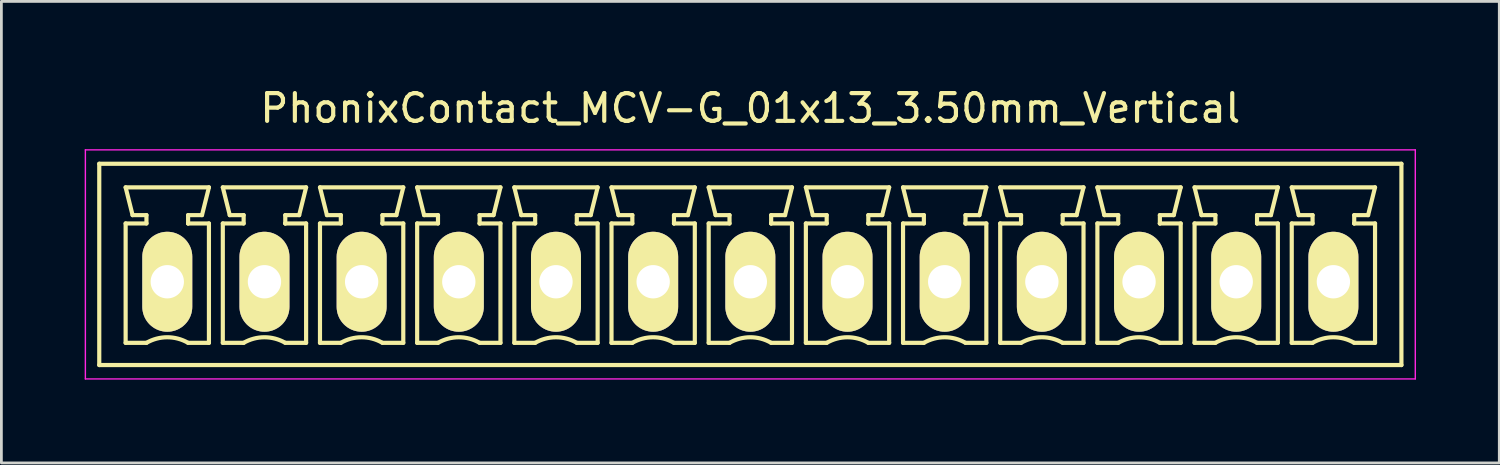
<source format=kicad_pcb>
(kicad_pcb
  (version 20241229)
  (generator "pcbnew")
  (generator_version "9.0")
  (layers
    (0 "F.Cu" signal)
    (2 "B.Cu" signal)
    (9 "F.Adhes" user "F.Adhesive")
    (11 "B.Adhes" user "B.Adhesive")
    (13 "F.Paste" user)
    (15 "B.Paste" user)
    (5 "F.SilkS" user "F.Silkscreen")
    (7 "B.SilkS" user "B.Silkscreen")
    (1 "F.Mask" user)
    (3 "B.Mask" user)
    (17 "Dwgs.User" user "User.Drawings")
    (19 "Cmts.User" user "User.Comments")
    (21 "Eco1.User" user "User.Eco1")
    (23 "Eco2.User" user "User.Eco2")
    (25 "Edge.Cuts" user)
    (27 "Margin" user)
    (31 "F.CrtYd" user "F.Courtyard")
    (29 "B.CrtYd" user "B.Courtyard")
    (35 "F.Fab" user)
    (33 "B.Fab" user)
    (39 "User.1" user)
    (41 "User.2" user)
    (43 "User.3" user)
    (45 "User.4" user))
  (footprint "PhonixContact_MCV-G_01x13_3.50mm_Vertical"
    (layer "F.Cu")
    (at 2.975 7.098)
    (property "Reference" "PhonixContact_MCV-G_01x13_3.50mm_Vertical" (at 21 -6.25 0) (layer "F.SilkS") (effects (font (size 1 1) (thickness 0.15))))
    (attr through_hole)
    (fp_line (start -2.45 -4.25) (end -2.45 3) (stroke (width 0.15) (type solid)) (layer "F.SilkS"))
    (fp_line (start -2.45 3) (end 44.45 3) (stroke (width 0.15) (type solid)) (layer "F.SilkS"))
    (fp_line (start -1.5 -3.4) (end 1.5 -3.4) (stroke (width 0.15) (type solid)) (layer "F.SilkS"))
    (fp_line (start -1.5 -2.1) (end -0.75 -2.1) (stroke (width 0.15) (type solid)) (layer "F.SilkS"))
    (fp_line (start -1.5 2.2) (end -1.5 -2.1) (stroke (width 0.15) (type solid)) (layer "F.SilkS"))
    (fp_line (start -1.25 -2.4) (end -1.5 -3.4) (stroke (width 0.15) (type solid)) (layer "F.SilkS"))
    (fp_line (start -0.75 -2.4) (end -1.25 -2.4) (stroke (width 0.15) (type solid)) (layer "F.SilkS"))
    (fp_line (start -0.75 -2.1) (end -0.75 -2.4) (stroke (width 0.15) (type solid)) (layer "F.SilkS"))
    (fp_line (start -0.75 2.2) (end -1.5 2.2) (stroke (width 0.15) (type solid)) (layer "F.SilkS"))
    (fp_line (start 0.75 -2.4) (end 0.75 -2.1) (stroke (width 0.15) (type solid)) (layer "F.SilkS"))
    (fp_line (start 0.75 -2.1) (end 0.75 -2.1) (stroke (width 0.15) (type solid)) (layer "F.SilkS"))
    (fp_line (start 0.75 -2.1) (end 1.5 -2.1) (stroke (width 0.15) (type solid)) (layer "F.SilkS"))
    (fp_line (start 1.25 -2.4) (end 0.75 -2.4) (stroke (width 0.15) (type solid)) (layer "F.SilkS"))
    (fp_line (start 1.5 -3.4) (end 1.25 -2.4) (stroke (width 0.15) (type solid)) (layer "F.SilkS"))
    (fp_line (start 1.5 -2.1) (end 1.5 2.2) (stroke (width 0.15) (type solid)) (layer "F.SilkS"))
    (fp_line (start 1.5 2.2) (end 0.75 2.2) (stroke (width 0.15) (type solid)) (layer "F.SilkS"))
    (fp_line (start 2 -3.4) (end 5 -3.4) (stroke (width 0.15) (type solid)) (layer "F.SilkS"))
    (fp_line (start 2 -2.1) (end 2.75 -2.1) (stroke (width 0.15) (type solid)) (layer "F.SilkS"))
    (fp_line (start 2 2.2) (end 2 -2.1) (stroke (width 0.15) (type solid)) (layer "F.SilkS"))
    (fp_line (start 2.25 -2.4) (end 2 -3.4) (stroke (width 0.15) (type solid)) (layer "F.SilkS"))
    (fp_line (start 2.75 -2.4) (end 2.25 -2.4) (stroke (width 0.15) (type solid)) (layer "F.SilkS"))
    (fp_line (start 2.75 -2.1) (end 2.75 -2.4) (stroke (width 0.15) (type solid)) (layer "F.SilkS"))
    (fp_line (start 2.75 2.2) (end 2 2.2) (stroke (width 0.15) (type solid)) (layer "F.SilkS"))
    (fp_line (start 4.25 -2.4) (end 4.25 -2.1) (stroke (width 0.15) (type solid)) (layer "F.SilkS"))
    (fp_line (start 4.25 -2.1) (end 4.25 -2.1) (stroke (width 0.15) (type solid)) (layer "F.SilkS"))
    (fp_line (start 4.25 -2.1) (end 5 -2.1) (stroke (width 0.15) (type solid)) (layer "F.SilkS"))
    (fp_line (start 4.75 -2.4) (end 4.25 -2.4) (stroke (width 0.15) (type solid)) (layer "F.SilkS"))
    (fp_line (start 5 -3.4) (end 4.75 -2.4) (stroke (width 0.15) (type solid)) (layer "F.SilkS"))
    (fp_line (start 5 -2.1) (end 5 2.2) (stroke (width 0.15) (type solid)) (layer "F.SilkS"))
    (fp_line (start 5 2.2) (end 4.25 2.2) (stroke (width 0.15) (type solid)) (layer "F.SilkS"))
    (fp_line (start 5.5 -3.4) (end 8.5 -3.4) (stroke (width 0.15) (type solid)) (layer "F.SilkS"))
    (fp_line (start 5.5 -2.1) (end 6.25 -2.1) (stroke (width 0.15) (type solid)) (layer "F.SilkS"))
    (fp_line (start 5.5 2.2) (end 5.5 -2.1) (stroke (width 0.15) (type solid)) (layer "F.SilkS"))
    (fp_line (start 5.75 -2.4) (end 5.5 -3.4) (stroke (width 0.15) (type solid)) (layer "F.SilkS"))
    (fp_line (start 6.25 -2.4) (end 5.75 -2.4) (stroke (width 0.15) (type solid)) (layer "F.SilkS"))
    (fp_line (start 6.25 -2.1) (end 6.25 -2.4) (stroke (width 0.15) (type solid)) (layer "F.SilkS"))
    (fp_line (start 6.25 2.2) (end 5.5 2.2) (stroke (width 0.15) (type solid)) (layer "F.SilkS"))
    (fp_line (start 7.75 -2.4) (end 7.75 -2.1) (stroke (width 0.15) (type solid)) (layer "F.SilkS"))
    (fp_line (start 7.75 -2.1) (end 7.75 -2.1) (stroke (width 0.15) (type solid)) (layer "F.SilkS"))
    (fp_line (start 7.75 -2.1) (end 8.5 -2.1) (stroke (width 0.15) (type solid)) (layer "F.SilkS"))
    (fp_line (start 8.25 -2.4) (end 7.75 -2.4) (stroke (width 0.15) (type solid)) (layer "F.SilkS"))
    (fp_line (start 8.5 -3.4) (end 8.25 -2.4) (stroke (width 0.15) (type solid)) (layer "F.SilkS"))
    (fp_line (start 8.5 -2.1) (end 8.5 2.2) (stroke (width 0.15) (type solid)) (layer "F.SilkS"))
    (fp_line (start 8.5 2.2) (end 7.75 2.2) (stroke (width 0.15) (type solid)) (layer "F.SilkS"))
    (fp_line (start 9 -3.4) (end 12 -3.4) (stroke (width 0.15) (type solid)) (layer "F.SilkS"))
    (fp_line (start 9 -2.1) (end 9.75 -2.1) (stroke (width 0.15) (type solid)) (layer "F.SilkS"))
    (fp_line (start 9 2.2) (end 9 -2.1) (stroke (width 0.15) (type solid)) (layer "F.SilkS"))
    (fp_line (start 9.25 -2.4) (end 9 -3.4) (stroke (width 0.15) (type solid)) (layer "F.SilkS"))
    (fp_line (start 9.75 -2.4) (end 9.25 -2.4) (stroke (width 0.15) (type solid)) (layer "F.SilkS"))
    (fp_line (start 9.75 -2.1) (end 9.75 -2.4) (stroke (width 0.15) (type solid)) (layer "F.SilkS"))
    (fp_line (start 9.75 2.2) (end 9 2.2) (stroke (width 0.15) (type solid)) (layer "F.SilkS"))
    (fp_line (start 11.25 -2.4) (end 11.25 -2.1) (stroke (width 0.15) (type solid)) (layer "F.SilkS"))
    (fp_line (start 11.25 -2.1) (end 11.25 -2.1) (stroke (width 0.15) (type solid)) (layer "F.SilkS"))
    (fp_line (start 11.25 -2.1) (end 12 -2.1) (stroke (width 0.15) (type solid)) (layer "F.SilkS"))
    (fp_line (start 11.75 -2.4) (end 11.25 -2.4) (stroke (width 0.15) (type solid)) (layer "F.SilkS"))
    (fp_line (start 12 -3.4) (end 11.75 -2.4) (stroke (width 0.15) (type solid)) (layer "F.SilkS"))
    (fp_line (start 12 -2.1) (end 12 2.2) (stroke (width 0.15) (type solid)) (layer "F.SilkS"))
    (fp_line (start 12 2.2) (end 11.25 2.2) (stroke (width 0.15) (type solid)) (layer "F.SilkS"))
    (fp_line (start 12.5 -3.4) (end 15.5 -3.4) (stroke (width 0.15) (type solid)) (layer "F.SilkS"))
    (fp_line (start 12.5 -2.1) (end 13.25 -2.1) (stroke (width 0.15) (type solid)) (layer "F.SilkS"))
    (fp_line (start 12.5 2.2) (end 12.5 -2.1) (stroke (width 0.15) (type solid)) (layer "F.SilkS"))
    (fp_line (start 12.75 -2.4) (end 12.5 -3.4) (stroke (width 0.15) (type solid)) (layer "F.SilkS"))
    (fp_line (start 13.25 -2.4) (end 12.75 -2.4) (stroke (width 0.15) (type solid)) (layer "F.SilkS"))
    (fp_line (start 13.25 -2.1) (end 13.25 -2.4) (stroke (width 0.15) (type solid)) (layer "F.SilkS"))
    (fp_line (start 13.25 2.2) (end 12.5 2.2) (stroke (width 0.15) (type solid)) (layer "F.SilkS"))
    (fp_line (start 14.75 -2.4) (end 14.75 -2.1) (stroke (width 0.15) (type solid)) (layer "F.SilkS"))
    (fp_line (start 14.75 -2.1) (end 14.75 -2.1) (stroke (width 0.15) (type solid)) (layer "F.SilkS"))
    (fp_line (start 14.75 -2.1) (end 15.5 -2.1) (stroke (width 0.15) (type solid)) (layer "F.SilkS"))
    (fp_line (start 15.25 -2.4) (end 14.75 -2.4) (stroke (width 0.15) (type solid)) (layer "F.SilkS"))
    (fp_line (start 15.5 -3.4) (end 15.25 -2.4) (stroke (width 0.15) (type solid)) (layer "F.SilkS"))
    (fp_line (start 15.5 -2.1) (end 15.5 2.2) (stroke (width 0.15) (type solid)) (layer "F.SilkS"))
    (fp_line (start 15.5 2.2) (end 14.75 2.2) (stroke (width 0.15) (type solid)) (layer "F.SilkS"))
    (fp_line (start 16 -3.4) (end 19 -3.4) (stroke (width 0.15) (type solid)) (layer "F.SilkS"))
    (fp_line (start 16 -2.1) (end 16.75 -2.1) (stroke (width 0.15) (type solid)) (layer "F.SilkS"))
    (fp_line (start 16 2.2) (end 16 -2.1) (stroke (width 0.15) (type solid)) (layer "F.SilkS"))
    (fp_line (start 16.25 -2.4) (end 16 -3.4) (stroke (width 0.15) (type solid)) (layer "F.SilkS"))
    (fp_line (start 16.75 -2.4) (end 16.25 -2.4) (stroke (width 0.15) (type solid)) (layer "F.SilkS"))
    (fp_line (start 16.75 -2.1) (end 16.75 -2.4) (stroke (width 0.15) (type solid)) (layer "F.SilkS"))
    (fp_line (start 16.75 2.2) (end 16 2.2) (stroke (width 0.15) (type solid)) (layer "F.SilkS"))
    (fp_line (start 18.25 -2.4) (end 18.25 -2.1) (stroke (width 0.15) (type solid)) (layer "F.SilkS"))
    (fp_line (start 18.25 -2.1) (end 18.25 -2.1) (stroke (width 0.15) (type solid)) (layer "F.SilkS"))
    (fp_line (start 18.25 -2.1) (end 19 -2.1) (stroke (width 0.15) (type solid)) (layer "F.SilkS"))
    (fp_line (start 18.75 -2.4) (end 18.25 -2.4) (stroke (width 0.15) (type solid)) (layer "F.SilkS"))
    (fp_line (start 19 -3.4) (end 18.75 -2.4) (stroke (width 0.15) (type solid)) (layer "F.SilkS"))
    (fp_line (start 19 -2.1) (end 19 2.2) (stroke (width 0.15) (type solid)) (layer "F.SilkS"))
    (fp_line (start 19 2.2) (end 18.25 2.2) (stroke (width 0.15) (type solid)) (layer "F.SilkS"))
    (fp_line (start 19.5 -3.4) (end 22.5 -3.4) (stroke (width 0.15) (type solid)) (layer "F.SilkS"))
    (fp_line (start 19.5 -2.1) (end 20.25 -2.1) (stroke (width 0.15) (type solid)) (layer "F.SilkS"))
    (fp_line (start 19.5 2.2) (end 19.5 -2.1) (stroke (width 0.15) (type solid)) (layer "F.SilkS"))
    (fp_line (start 19.75 -2.4) (end 19.5 -3.4) (stroke (width 0.15) (type solid)) (layer "F.SilkS"))
    (fp_line (start 20.25 -2.4) (end 19.75 -2.4) (stroke (width 0.15) (type solid)) (layer "F.SilkS"))
    (fp_line (start 20.25 -2.1) (end 20.25 -2.4) (stroke (width 0.15) (type solid)) (layer "F.SilkS"))
    (fp_line (start 20.25 2.2) (end 19.5 2.2) (stroke (width 0.15) (type solid)) (layer "F.SilkS"))
    (fp_line (start 21.75 -2.4) (end 21.75 -2.1) (stroke (width 0.15) (type solid)) (layer "F.SilkS"))
    (fp_line (start 21.75 -2.1) (end 21.75 -2.1) (stroke (width 0.15) (type solid)) (layer "F.SilkS"))
    (fp_line (start 21.75 -2.1) (end 22.5 -2.1) (stroke (width 0.15) (type solid)) (layer "F.SilkS"))
    (fp_line (start 22.25 -2.4) (end 21.75 -2.4) (stroke (width 0.15) (type solid)) (layer "F.SilkS"))
    (fp_line (start 22.5 -3.4) (end 22.25 -2.4) (stroke (width 0.15) (type solid)) (layer "F.SilkS"))
    (fp_line (start 22.5 -2.1) (end 22.5 2.2) (stroke (width 0.15) (type solid)) (layer "F.SilkS"))
    (fp_line (start 22.5 2.2) (end 21.75 2.2) (stroke (width 0.15) (type solid)) (layer "F.SilkS"))
    (fp_line (start 23 -3.4) (end 26 -3.4) (stroke (width 0.15) (type solid)) (layer "F.SilkS"))
    (fp_line (start 23 -2.1) (end 23.75 -2.1) (stroke (width 0.15) (type solid)) (layer "F.SilkS"))
    (fp_line (start 23 2.2) (end 23 -2.1) (stroke (width 0.15) (type solid)) (layer "F.SilkS"))
    (fp_line (start 23.25 -2.4) (end 23 -3.4) (stroke (width 0.15) (type solid)) (layer "F.SilkS"))
    (fp_line (start 23.75 -2.4) (end 23.25 -2.4) (stroke (width 0.15) (type solid)) (layer "F.SilkS"))
    (fp_line (start 23.75 -2.1) (end 23.75 -2.4) (stroke (width 0.15) (type solid)) (layer "F.SilkS"))
    (fp_line (start 23.75 2.2) (end 23 2.2) (stroke (width 0.15) (type solid)) (layer "F.SilkS"))
    (fp_line (start 25.25 -2.4) (end 25.25 -2.1) (stroke (width 0.15) (type solid)) (layer "F.SilkS"))
    (fp_line (start 25.25 -2.1) (end 25.25 -2.1) (stroke (width 0.15) (type solid)) (layer "F.SilkS"))
    (fp_line (start 25.25 -2.1) (end 26 -2.1) (stroke (width 0.15) (type solid)) (layer "F.SilkS"))
    (fp_line (start 25.75 -2.4) (end 25.25 -2.4) (stroke (width 0.15) (type solid)) (layer "F.SilkS"))
    (fp_line (start 26 -3.4) (end 25.75 -2.4) (stroke (width 0.15) (type solid)) (layer "F.SilkS"))
    (fp_line (start 26 -2.1) (end 26 2.2) (stroke (width 0.15) (type solid)) (layer "F.SilkS"))
    (fp_line (start 26 2.2) (end 25.25 2.2) (stroke (width 0.15) (type solid)) (layer "F.SilkS"))
    (fp_line (start 26.5 -3.4) (end 29.5 -3.4) (stroke (width 0.15) (type solid)) (layer "F.SilkS"))
    (fp_line (start 26.5 -2.1) (end 27.25 -2.1) (stroke (width 0.15) (type solid)) (layer "F.SilkS"))
    (fp_line (start 26.5 2.2) (end 26.5 -2.1) (stroke (width 0.15) (type solid)) (layer "F.SilkS"))
    (fp_line (start 26.75 -2.4) (end 26.5 -3.4) (stroke (width 0.15) (type solid)) (layer "F.SilkS"))
    (fp_line (start 27.25 -2.4) (end 26.75 -2.4) (stroke (width 0.15) (type solid)) (layer "F.SilkS"))
    (fp_line (start 27.25 -2.1) (end 27.25 -2.4) (stroke (width 0.15) (type solid)) (layer "F.SilkS"))
    (fp_line (start 27.25 2.2) (end 26.5 2.2) (stroke (width 0.15) (type solid)) (layer "F.SilkS"))
    (fp_line (start 28.75 -2.4) (end 28.75 -2.1) (stroke (width 0.15) (type solid)) (layer "F.SilkS"))
    (fp_line (start 28.75 -2.1) (end 28.75 -2.1) (stroke (width 0.15) (type solid)) (layer "F.SilkS"))
    (fp_line (start 28.75 -2.1) (end 29.5 -2.1) (stroke (width 0.15) (type solid)) (layer "F.SilkS"))
    (fp_line (start 29.25 -2.4) (end 28.75 -2.4) (stroke (width 0.15) (type solid)) (layer "F.SilkS"))
    (fp_line (start 29.5 -3.4) (end 29.25 -2.4) (stroke (width 0.15) (type solid)) (layer "F.SilkS"))
    (fp_line (start 29.5 -2.1) (end 29.5 2.2) (stroke (width 0.15) (type solid)) (layer "F.SilkS"))
    (fp_line (start 29.5 2.2) (end 28.75 2.2) (stroke (width 0.15) (type solid)) (layer "F.SilkS"))
    (fp_line (start 30 -3.4) (end 33 -3.4) (stroke (width 0.15) (type solid)) (layer "F.SilkS"))
    (fp_line (start 30 -2.1) (end 30.75 -2.1) (stroke (width 0.15) (type solid)) (layer "F.SilkS"))
    (fp_line (start 30 2.2) (end 30 -2.1) (stroke (width 0.15) (type solid)) (layer "F.SilkS"))
    (fp_line (start 30.25 -2.4) (end 30 -3.4) (stroke (width 0.15) (type solid)) (layer "F.SilkS"))
    (fp_line (start 30.75 -2.4) (end 30.25 -2.4) (stroke (width 0.15) (type solid)) (layer "F.SilkS"))
    (fp_line (start 30.75 -2.1) (end 30.75 -2.4) (stroke (width 0.15) (type solid)) (layer "F.SilkS"))
    (fp_line (start 30.75 2.2) (end 30 2.2) (stroke (width 0.15) (type solid)) (layer "F.SilkS"))
    (fp_line (start 32.25 -2.4) (end 32.25 -2.1) (stroke (width 0.15) (type solid)) (layer "F.SilkS"))
    (fp_line (start 32.25 -2.1) (end 32.25 -2.1) (stroke (width 0.15) (type solid)) (layer "F.SilkS"))
    (fp_line (start 32.25 -2.1) (end 33 -2.1) (stroke (width 0.15) (type solid)) (layer "F.SilkS"))
    (fp_line (start 32.75 -2.4) (end 32.25 -2.4) (stroke (width 0.15) (type solid)) (layer "F.SilkS"))
    (fp_line (start 33 -3.4) (end 32.75 -2.4) (stroke (width 0.15) (type solid)) (layer "F.SilkS"))
    (fp_line (start 33 -2.1) (end 33 2.2) (stroke (width 0.15) (type solid)) (layer "F.SilkS"))
    (fp_line (start 33 2.2) (end 32.25 2.2) (stroke (width 0.15) (type solid)) (layer "F.SilkS"))
    (fp_line (start 33.5 -3.4) (end 36.5 -3.4) (stroke (width 0.15) (type solid)) (layer "F.SilkS"))
    (fp_line (start 33.5 -2.1) (end 34.25 -2.1) (stroke (width 0.15) (type solid)) (layer "F.SilkS"))
    (fp_line (start 33.5 2.2) (end 33.5 -2.1) (stroke (width 0.15) (type solid)) (layer "F.SilkS"))
    (fp_line (start 33.75 -2.4) (end 33.5 -3.4) (stroke (width 0.15) (type solid)) (layer "F.SilkS"))
    (fp_line (start 34.25 -2.4) (end 33.75 -2.4) (stroke (width 0.15) (type solid)) (layer "F.SilkS"))
    (fp_line (start 34.25 -2.1) (end 34.25 -2.4) (stroke (width 0.15) (type solid)) (layer "F.SilkS"))
    (fp_line (start 34.25 2.2) (end 33.5 2.2) (stroke (width 0.15) (type solid)) (layer "F.SilkS"))
    (fp_line (start 35.75 -2.4) (end 35.75 -2.1) (stroke (width 0.15) (type solid)) (layer "F.SilkS"))
    (fp_line (start 35.75 -2.1) (end 35.75 -2.1) (stroke (width 0.15) (type solid)) (layer "F.SilkS"))
    (fp_line (start 35.75 -2.1) (end 36.5 -2.1) (stroke (width 0.15) (type solid)) (layer "F.SilkS"))
    (fp_line (start 36.25 -2.4) (end 35.75 -2.4) (stroke (width 0.15) (type solid)) (layer "F.SilkS"))
    (fp_line (start 36.5 -3.4) (end 36.25 -2.4) (stroke (width 0.15) (type solid)) (layer "F.SilkS"))
    (fp_line (start 36.5 -2.1) (end 36.5 2.2) (stroke (width 0.15) (type solid)) (layer "F.SilkS"))
    (fp_line (start 36.5 2.2) (end 35.75 2.2) (stroke (width 0.15) (type solid)) (layer "F.SilkS"))
    (fp_line (start 37 -3.4) (end 40 -3.4) (stroke (width 0.15) (type solid)) (layer "F.SilkS"))
    (fp_line (start 37 -2.1) (end 37.75 -2.1) (stroke (width 0.15) (type solid)) (layer "F.SilkS"))
    (fp_line (start 37 2.2) (end 37 -2.1) (stroke (width 0.15) (type solid)) (layer "F.SilkS"))
    (fp_line (start 37.25 -2.4) (end 37 -3.4) (stroke (width 0.15) (type solid)) (layer "F.SilkS"))
    (fp_line (start 37.75 -2.4) (end 37.25 -2.4) (stroke (width 0.15) (type solid)) (layer "F.SilkS"))
    (fp_line (start 37.75 -2.1) (end 37.75 -2.4) (stroke (width 0.15) (type solid)) (layer "F.SilkS"))
    (fp_line (start 37.75 2.2) (end 37 2.2) (stroke (width 0.15) (type solid)) (layer "F.SilkS"))
    (fp_line (start 39.25 -2.4) (end 39.25 -2.1) (stroke (width 0.15) (type solid)) (layer "F.SilkS"))
    (fp_line (start 39.25 -2.1) (end 39.25 -2.1) (stroke (width 0.15) (type solid)) (layer "F.SilkS"))
    (fp_line (start 39.25 -2.1) (end 40 -2.1) (stroke (width 0.15) (type solid)) (layer "F.SilkS"))
    (fp_line (start 39.75 -2.4) (end 39.25 -2.4) (stroke (width 0.15) (type solid)) (layer "F.SilkS"))
    (fp_line (start 40 -3.4) (end 39.75 -2.4) (stroke (width 0.15) (type solid)) (layer "F.SilkS"))
    (fp_line (start 40 -2.1) (end 40 2.2) (stroke (width 0.15) (type solid)) (layer "F.SilkS"))
    (fp_line (start 40 2.2) (end 39.25 2.2) (stroke (width 0.15) (type solid)) (layer "F.SilkS"))
    (fp_line (start 40.5 -3.4) (end 43.5 -3.4) (stroke (width 0.15) (type solid)) (layer "F.SilkS"))
    (fp_line (start 40.5 -2.1) (end 41.25 -2.1) (stroke (width 0.15) (type solid)) (layer "F.SilkS"))
    (fp_line (start 40.5 2.2) (end 40.5 -2.1) (stroke (width 0.15) (type solid)) (layer "F.SilkS"))
    (fp_line (start 40.75 -2.4) (end 40.5 -3.4) (stroke (width 0.15) (type solid)) (layer "F.SilkS"))
    (fp_line (start 41.25 -2.4) (end 40.75 -2.4) (stroke (width 0.15) (type solid)) (layer "F.SilkS"))
    (fp_line (start 41.25 -2.1) (end 41.25 -2.4) (stroke (width 0.15) (type solid)) (layer "F.SilkS"))
    (fp_line (start 41.25 2.2) (end 40.5 2.2) (stroke (width 0.15) (type solid)) (layer "F.SilkS"))
    (fp_line (start 42.75 -2.4) (end 42.75 -2.1) (stroke (width 0.15) (type solid)) (layer "F.SilkS"))
    (fp_line (start 42.75 -2.1) (end 42.75 -2.1) (stroke (width 0.15) (type solid)) (layer "F.SilkS"))
    (fp_line (start 42.75 -2.1) (end 43.5 -2.1) (stroke (width 0.15) (type solid)) (layer "F.SilkS"))
    (fp_line (start 43.25 -2.4) (end 42.75 -2.4) (stroke (width 0.15) (type solid)) (layer "F.SilkS"))
    (fp_line (start 43.5 -3.4) (end 43.25 -2.4) (stroke (width 0.15) (type solid)) (layer "F.SilkS"))
    (fp_line (start 43.5 -2.1) (end 43.5 2.2) (stroke (width 0.15) (type solid)) (layer "F.SilkS"))
    (fp_line (start 43.5 2.2) (end 42.75 2.2) (stroke (width 0.15) (type solid)) (layer "F.SilkS"))
    (fp_line (start 44.45 -4.25) (end -2.45 -4.25) (stroke (width 0.15) (type solid)) (layer "F.SilkS"))
    (fp_line (start 44.45 3) (end 44.45 -4.25) (stroke (width 0.15) (type solid)) (layer "F.SilkS"))
    (fp_arc (start -0.75 2.2) (mid -0.006068 1.999179) (end 0.739464 2.193978) (stroke (width 0.15) (type solid)) (layer "F.SilkS"))
    (fp_arc (start 2.75 2.2) (mid 3.493932 1.999179) (end 4.239464 2.193978) (stroke (width 0.15) (type solid)) (layer "F.SilkS"))
    (fp_arc (start 6.25 2.2) (mid 6.993932 1.999179) (end 7.739464 2.193978) (stroke (width 0.15) (type solid)) (layer "F.SilkS"))
    (fp_arc (start 9.75 2.2) (mid 10.493932 1.999179) (end 11.239464 2.193978) (stroke (width 0.15) (type solid)) (layer "F.SilkS"))
    (fp_arc (start 13.25 2.2) (mid 13.993932 1.999179) (end 14.739464 2.193978) (stroke (width 0.15) (type solid)) (layer "F.SilkS"))
    (fp_arc (start 16.75 2.2) (mid 17.493932 1.999179) (end 18.239464 2.193978) (stroke (width 0.15) (type solid)) (layer "F.SilkS"))
    (fp_arc (start 20.25 2.2) (mid 20.993932 1.999179) (end 21.739464 2.193978) (stroke (width 0.15) (type solid)) (layer "F.SilkS"))
    (fp_arc (start 23.75 2.2) (mid 24.493932 1.999179) (end 25.239464 2.193978) (stroke (width 0.15) (type solid)) (layer "F.SilkS"))
    (fp_arc (start 27.25 2.2) (mid 27.993932 1.999179) (end 28.739464 2.193978) (stroke (width 0.15) (type solid)) (layer "F.SilkS"))
    (fp_arc (start 30.75 2.2) (mid 31.493932 1.999179) (end 32.239464 2.193978) (stroke (width 0.15) (type solid)) (layer "F.SilkS"))
    (fp_arc (start 34.25 2.2) (mid 34.993932 1.999179) (end 35.739464 2.193978) (stroke (width 0.15) (type solid)) (layer "F.SilkS"))
    (fp_arc (start 37.75 2.2) (mid 38.493932 1.999179) (end 39.239464 2.193978) (stroke (width 0.15) (type solid)) (layer "F.SilkS"))
    (fp_arc (start 41.25 2.2) (mid 41.993932 1.999179) (end 42.739464 2.193978) (stroke (width 0.15) (type solid)) (layer "F.SilkS"))
    (fp_line (start -2.95 -4.75) (end -2.95 3.5) (stroke (width 0.05) (type solid)) (layer "F.CrtYd"))
    (fp_line (start -2.95 3.5) (end 44.95 3.5) (stroke (width 0.05) (type solid)) (layer "F.CrtYd"))
    (fp_line (start 44.95 -4.75) (end -2.95 -4.75) (stroke (width 0.05) (type solid)) (layer "F.CrtYd"))
    (fp_line (start 44.95 3.5) (end 44.95 -4.75) (stroke (width 0.05) (type solid)) (layer "F.CrtYd"))
    (pad "1" thru_hole oval (at 0 0) (size 1.8 3.6) (drill 1.2) (layers "*.Cu" "*.Mask" "F.SilkS"))
    (pad "2" thru_hole oval (at 3.5 0) (size 1.8 3.6) (drill 1.2) (layers "*.Cu" "*.Mask" "F.SilkS"))
    (pad "3" thru_hole oval (at 7 0) (size 1.8 3.6) (drill 1.2) (layers "*.Cu" "*.Mask" "F.SilkS"))
    (pad "4" thru_hole oval (at 10.5 0) (size 1.8 3.6) (drill 1.2) (layers "*.Cu" "*.Mask" "F.SilkS"))
    (pad "5" thru_hole oval (at 14 0) (size 1.8 3.6) (drill 1.2) (layers "*.Cu" "*.Mask" "F.SilkS"))
    (pad "6" thru_hole oval (at 17.5 0) (size 1.8 3.6) (drill 1.2) (layers "*.Cu" "*.Mask" "F.SilkS"))
    (pad "7" thru_hole oval (at 21 0) (size 1.8 3.6) (drill 1.2) (layers "*.Cu" "*.Mask" "F.SilkS"))
    (pad "8" thru_hole oval (at 24.5 0) (size 1.8 3.6) (drill 1.2) (layers "*.Cu" "*.Mask" "F.SilkS"))
    (pad "9" thru_hole oval (at 28 0) (size 1.8 3.6) (drill 1.2) (layers "*.Cu" "*.Mask" "F.SilkS"))
    (pad "10" thru_hole oval (at 31.5 0) (size 1.8 3.6) (drill 1.2) (layers "*.Cu" "*.Mask" "F.SilkS"))
    (pad "11" thru_hole oval (at 35 0) (size 1.8 3.6) (drill 1.2) (layers "*.Cu" "*.Mask" "F.SilkS"))
    (pad "12" thru_hole oval (at 38.5 0) (size 1.8 3.6) (drill 1.2) (layers "*.Cu" "*.Mask" "F.SilkS"))
    (pad "13" thru_hole oval (at 42 0) (size 1.8 3.6) (drill 1.2) (layers "*.Cu" "*.Mask" "F.SilkS")))
  (gr_rect
    (start -3 -3)
    (end 50.95 13.623)
    (stroke (width 0.1) (type default))
    (fill no)
    (layer "Edge.Cuts")))
</source>
